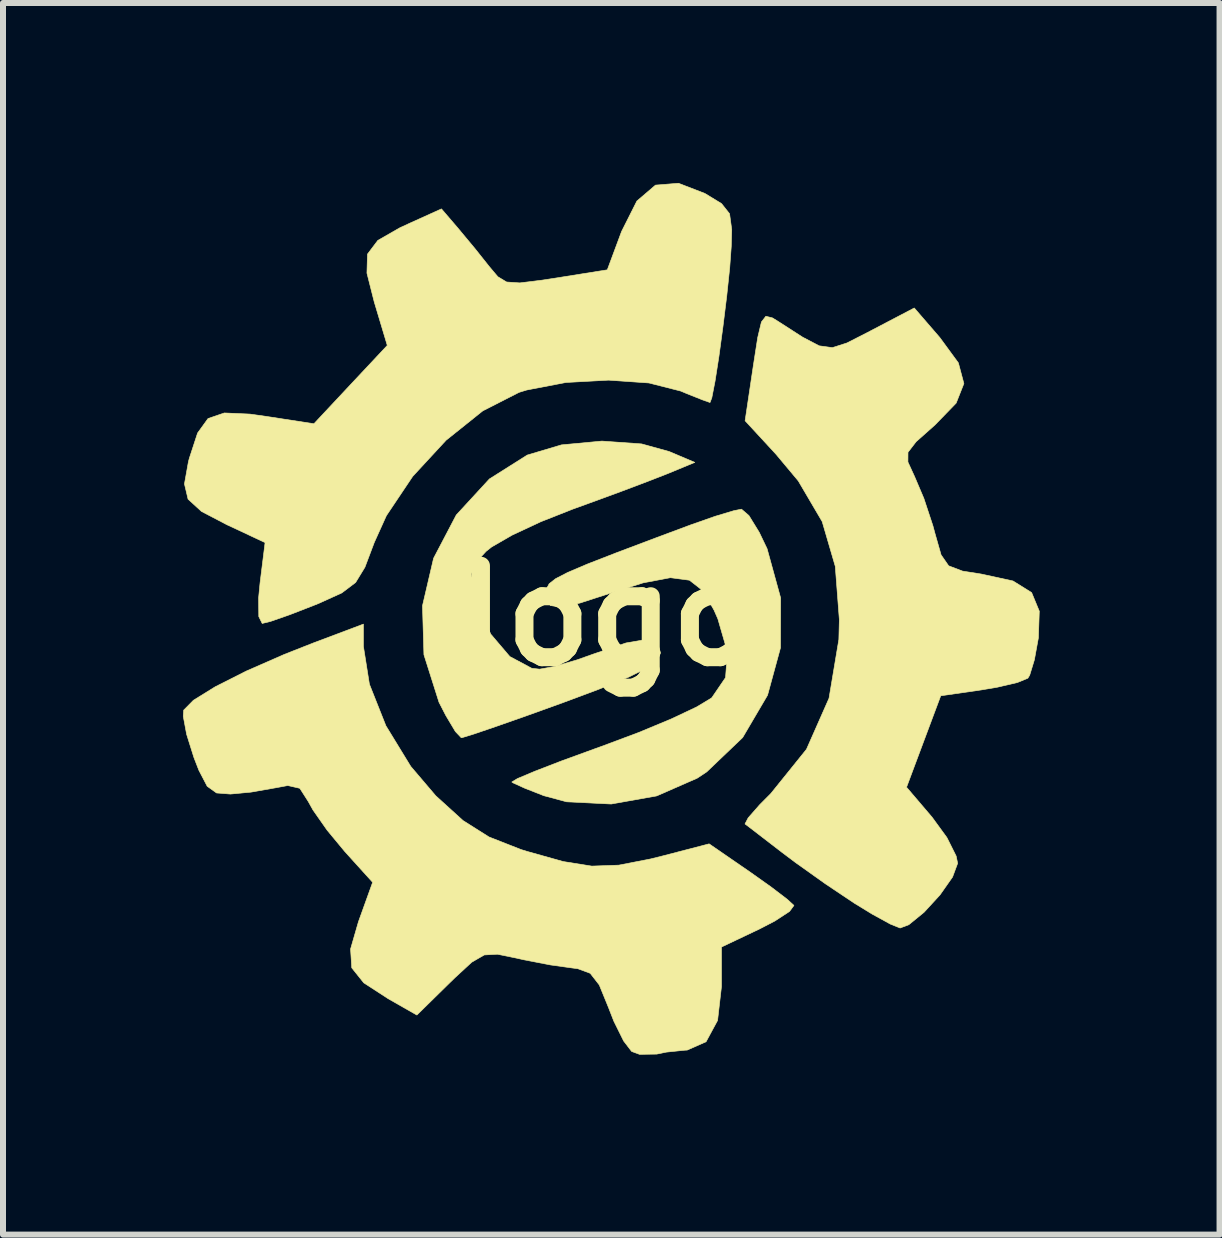
<source format=kicad_pcb>
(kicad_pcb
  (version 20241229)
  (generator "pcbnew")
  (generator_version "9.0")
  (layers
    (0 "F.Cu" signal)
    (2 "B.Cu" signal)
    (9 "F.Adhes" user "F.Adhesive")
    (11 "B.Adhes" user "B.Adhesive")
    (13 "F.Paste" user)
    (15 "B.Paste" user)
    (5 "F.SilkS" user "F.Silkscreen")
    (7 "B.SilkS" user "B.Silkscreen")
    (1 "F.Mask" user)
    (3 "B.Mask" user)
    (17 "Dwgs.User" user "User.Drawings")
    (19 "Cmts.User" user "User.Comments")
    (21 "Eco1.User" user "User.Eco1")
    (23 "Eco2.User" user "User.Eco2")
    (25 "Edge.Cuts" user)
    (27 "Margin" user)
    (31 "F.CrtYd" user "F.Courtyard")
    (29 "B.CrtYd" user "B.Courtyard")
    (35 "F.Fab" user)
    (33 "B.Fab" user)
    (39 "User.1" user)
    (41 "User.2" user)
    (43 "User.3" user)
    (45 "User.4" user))
  (footprint "logo"
    (layer "F.Cu")
    (at 7.072 7.216)
    (property "Reference" "logo" (at 0 0 0) (layer "F.SilkS") (effects (font (size 1.524 1.524) (thickness 0.3))))
    (attr through_hole)
    (fp_poly (pts (xy 0.574 -2.866) (xy 1.033 -2.739) (xy 1.46 -2.558) (xy 1.016 -2.374) (xy 0.696 -2.249) (xy 0.22 -2.069) (xy -0.331 -1.867) (xy -0.572 -1.78) (xy -1.109 -1.568) (xy -1.586 -1.345) (xy -1.927 -1.148) (xy -2.019 -1.075) (xy -2.199 -0.88) (xy -2.262 -0.697) (xy -2.223 -0.428) (xy -2.16 -0.195) (xy -1.941 0.305) (xy -1.623 0.679) (xy -1.258 0.874) (xy -1.127 0.889) (xy -0.881 0.845) (xy -0.5 0.733) (xy -0.224 0.635) (xy 0.314 0.452) (xy 0.659 0.392) (xy 0.841 0.455) (xy 0.889 0.618) (xy 0.841 0.734) (xy 0.675 0.863) (xy 0.358 1.021) (xy -0.141 1.224) (xy -0.73 1.444) (xy -1.329 1.66) (xy -1.841 1.84) (xy -2.219 1.969) (xy -2.417 2.03) (xy -2.433 2.032) (xy -2.531 1.928) (xy -2.691 1.66) (xy -2.804 1.44) (xy -3.055 0.648) (xy -3.079 -0.168) (xy -2.894 -0.96) (xy -2.516 -1.681) (xy -1.963 -2.282) (xy -1.333 -2.68) (xy -0.762 -2.85) (xy -0.088 -2.913) (xy 0.574 -2.866)) (stroke (width 0.01) (type solid)) (fill yes) (layer "F.SilkS"))
    (fp_poly (pts (xy 2.363 -1.671) (xy 2.534 -1.393) (xy 2.665 -1.12) (xy 2.891 -0.299) (xy 2.889 0.532) (xy 2.673 1.323) (xy 2.258 2.029) (xy 1.659 2.601) (xy 1.501 2.706) (xy 0.825 3.002) (xy 0.067 3.137) (xy -0.677 3.1) (xy -1.057 2.998) (xy -1.373 2.874) (xy -1.568 2.785) (xy -1.59 2.77) (xy -1.496 2.713) (xy -1.204 2.59) (xy -0.759 2.418) (xy -0.202 2.215) (xy -0.088 2.174) (xy 0.524 1.945) (xy 1.07 1.718) (xy 1.493 1.518) (xy 1.737 1.371) (xy 1.746 1.362) (xy 1.973 1.029) (xy 2.005 0.603) (xy 1.845 0.051) (xy 1.781 -0.095) (xy 1.597 -0.417) (xy 1.371 -0.594) (xy 1.054 -0.636) (xy 0.6 -0.55) (xy 0.064 -0.381) (xy -0.452 -0.214) (xy -0.776 -0.145) (xy -0.948 -0.172) (xy -1.012 -0.295) (xy -1.016 -0.37) (xy -1.009 -0.457) (xy -0.967 -0.535) (xy -0.86 -0.619) (xy -0.657 -0.724) (xy -0.328 -0.864) (xy 0.158 -1.053) (xy 0.831 -1.307) (xy 1.397 -1.518) (xy 1.799 -1.659) (xy 2.112 -1.753) (xy 2.239 -1.778) (xy 2.363 -1.671)) (stroke (width 0.01) (type solid)) (fill yes) (layer "F.SilkS"))
    (fp_poly (pts (xy 1.629 -7.041) (xy 1.906 -6.872) (xy 2.04 -6.703) (xy 2.076 -6.439) (xy 2.068 -6.156) (xy 2.042 -5.799) (xy 1.993 -5.334) (xy 1.93 -4.823) (xy 1.863 -4.328) (xy 1.798 -3.912) (xy 1.744 -3.635) (xy 1.714 -3.556) (xy 1.589 -3.6) (xy 1.316 -3.709) (xy 1.226 -3.747) (xy 0.695 -3.882) (xy 0.024 -3.929) (xy -0.687 -3.89) (xy -1.34 -3.765) (xy -1.47 -3.725) (xy -2.074 -3.417) (xy -2.685 -2.928) (xy -3.242 -2.325) (xy -3.681 -1.67) (xy -3.883 -1.223) (xy -4.039 -0.81) (xy -4.194 -0.556) (xy -4.424 -0.382) (xy -4.803 -0.21) (xy -4.887 -0.176) (xy -5.294 -0.018) (xy -5.609 0.092) (xy -5.751 0.127) (xy -5.808 0.012) (xy -5.811 -0.299) (xy -5.787 -0.547) (xy -5.703 -1.221) (xy -6.338 -1.518) (xy -6.763 -1.74) (xy -6.987 -1.945) (xy -7.047 -2.199) (xy -6.981 -2.569) (xy -6.966 -2.626) (xy -6.828 -3.048) (xy -6.654 -3.289) (xy -6.383 -3.382) (xy -5.954 -3.363) (xy -5.699 -3.327) (xy -4.889 -3.202) (xy -4.278 -3.855) (xy -3.666 -4.508) (xy -3.884 -5.235) (xy -4.005 -5.713) (xy -3.996 -6.03) (xy -3.824 -6.258) (xy -3.456 -6.469) (xy -3.287 -6.547) (xy -2.763 -6.784) (xy -2.493 -6.469) (xy -2.205 -6.123) (xy -1.968 -5.825) (xy -1.823 -5.653) (xy -1.677 -5.565) (xy -1.457 -5.55) (xy -1.091 -5.595) (xy -0.856 -5.631) (xy 0.002 -5.768) (xy 0.24 -6.408) (xy 0.495 -6.915) (xy 0.805 -7.18) (xy 1.189 -7.211) (xy 1.629 -7.041)) (stroke (width 0.01) (type solid)) (fill yes) (layer "F.SilkS"))
    (fp_poly (pts (xy 5.544 -4.64) (xy 5.854 -4.217) (xy 5.946 -3.872) (xy 5.817 -3.546) (xy 5.463 -3.181) (xy 5.447 -3.167) (xy 5.149 -2.902) (xy 5.014 -2.726) (xy 5.013 -2.564) (xy 5.116 -2.339) (xy 5.121 -2.329) (xy 5.279 -1.957) (xy 5.43 -1.5) (xy 5.467 -1.363) (xy 5.566 -1.016) (xy 5.692 -0.834) (xy 5.923 -0.746) (xy 6.239 -0.696) (xy 6.765 -0.581) (xy 7.075 -0.388) (xy 7.203 -0.078) (xy 7.188 0.367) (xy 7.121 0.734) (xy 7.043 0.989) (xy 7.012 1.04) (xy 6.84 1.111) (xy 6.503 1.19) (xy 6.237 1.235) (xy 5.56 1.333) (xy 4.99 2.857) (xy 5.416 3.357) (xy 5.663 3.696) (xy 5.817 4.004) (xy 5.842 4.125) (xy 5.757 4.354) (xy 5.548 4.652) (xy 5.282 4.942) (xy 5.028 5.149) (xy 4.883 5.204) (xy 4.719 5.138) (xy 4.415 4.971) (xy 4.121 4.791) (xy 3.64 4.469) (xy 3.137 4.111) (xy 2.915 3.944) (xy 2.597 3.699) (xy 2.37 3.524) (xy 2.297 3.469) (xy 2.35 3.368) (xy 2.542 3.149) (xy 2.728 2.962) (xy 3.322 2.225) (xy 3.698 1.374) (xy 3.862 0.393) (xy 3.87 0.064) (xy 3.802 -0.826) (xy 3.584 -1.571) (xy 3.185 -2.25) (xy 2.812 -2.696) (xy 2.299 -3.252) (xy 2.436 -4.17) (xy 2.509 -4.639) (xy 2.571 -4.899) (xy 2.645 -4.994) (xy 2.754 -4.967) (xy 2.842 -4.913) (xy 3.257 -4.646) (xy 3.534 -4.501) (xy 3.754 -4.471) (xy 3.997 -4.549) (xy 4.342 -4.725) (xy 4.403 -4.757) (xy 5.119 -5.132) (xy 5.544 -4.64)) (stroke (width 0.01) (type solid)) (fill yes) (layer "F.SilkS"))
    (fp_poly (pts (xy -4.064 0.509) (xy -3.964 1.14) (xy -3.689 1.833) (xy -3.275 2.51) (xy -2.857 3.001) (xy -2.403 3.413) (xy -1.971 3.686) (xy -1.439 3.895) (xy -1.339 3.926) (xy -0.733 4.096) (xy -0.257 4.172) (xy 0.193 4.156) (xy 0.722 4.053) (xy 0.95 3.996) (xy 1.699 3.801) (xy 2.377 4.268) (xy 2.735 4.522) (xy 3.002 4.726) (xy 3.113 4.828) (xy 3.04 4.927) (xy 2.794 5.088) (xy 2.537 5.221) (xy 1.905 5.521) (xy 1.905 6.18) (xy 1.84 6.745) (xy 1.648 7.1) (xy 1.334 7.239) (xy 1.293 7.241) (xy 0.986 7.273) (xy 0.826 7.306) (xy 0.539 7.31) (xy 0.408 7.262) (xy 0.274 7.087) (xy 0.111 6.758) (xy 0.022 6.53) (xy -0.132 6.153) (xy -0.283 5.959) (xy -0.491 5.882) (xy -0.577 5.871) (xy -0.943 5.82) (xy -1.392 5.733) (xy -1.512 5.706) (xy -1.829 5.641) (xy -2.049 5.653) (xy -2.258 5.774) (xy -2.542 6.036) (xy -2.623 6.115) (xy -3.173 6.655) (xy -3.65 6.383) (xy -4.058 6.118) (xy -4.258 5.868) (xy -4.278 5.554) (xy -4.147 5.101) (xy -4.141 5.084) (xy -3.91 4.442) (xy -4.374 3.929) (xy -4.669 3.573) (xy -4.905 3.236) (xy -4.984 3.094) (xy -5.124 2.875) (xy -5.324 2.829) (xy -5.518 2.865) (xy -5.939 2.939) (xy -6.281 2.971) (xy -6.512 2.953) (xy -6.668 2.841) (xy -6.807 2.574) (xy -6.89 2.36) (xy -7.011 1.975) (xy -7.067 1.674) (xy -7.06 1.572) (xy -6.897 1.407) (xy -6.535 1.183) (xy -6.015 0.92) (xy -5.378 0.641) (xy -4.898 0.452) (xy -4.064 0.138) (xy -4.064 0.509)) (stroke (width 0.01) (type solid)) (fill yes) (layer "F.SilkS")))
  (gr_rect
    (start -3 -3)
    (end 17.28 17.531)
    (stroke (width 0.1) (type default))
    (fill no)
    (layer "Edge.Cuts")))
</source>
